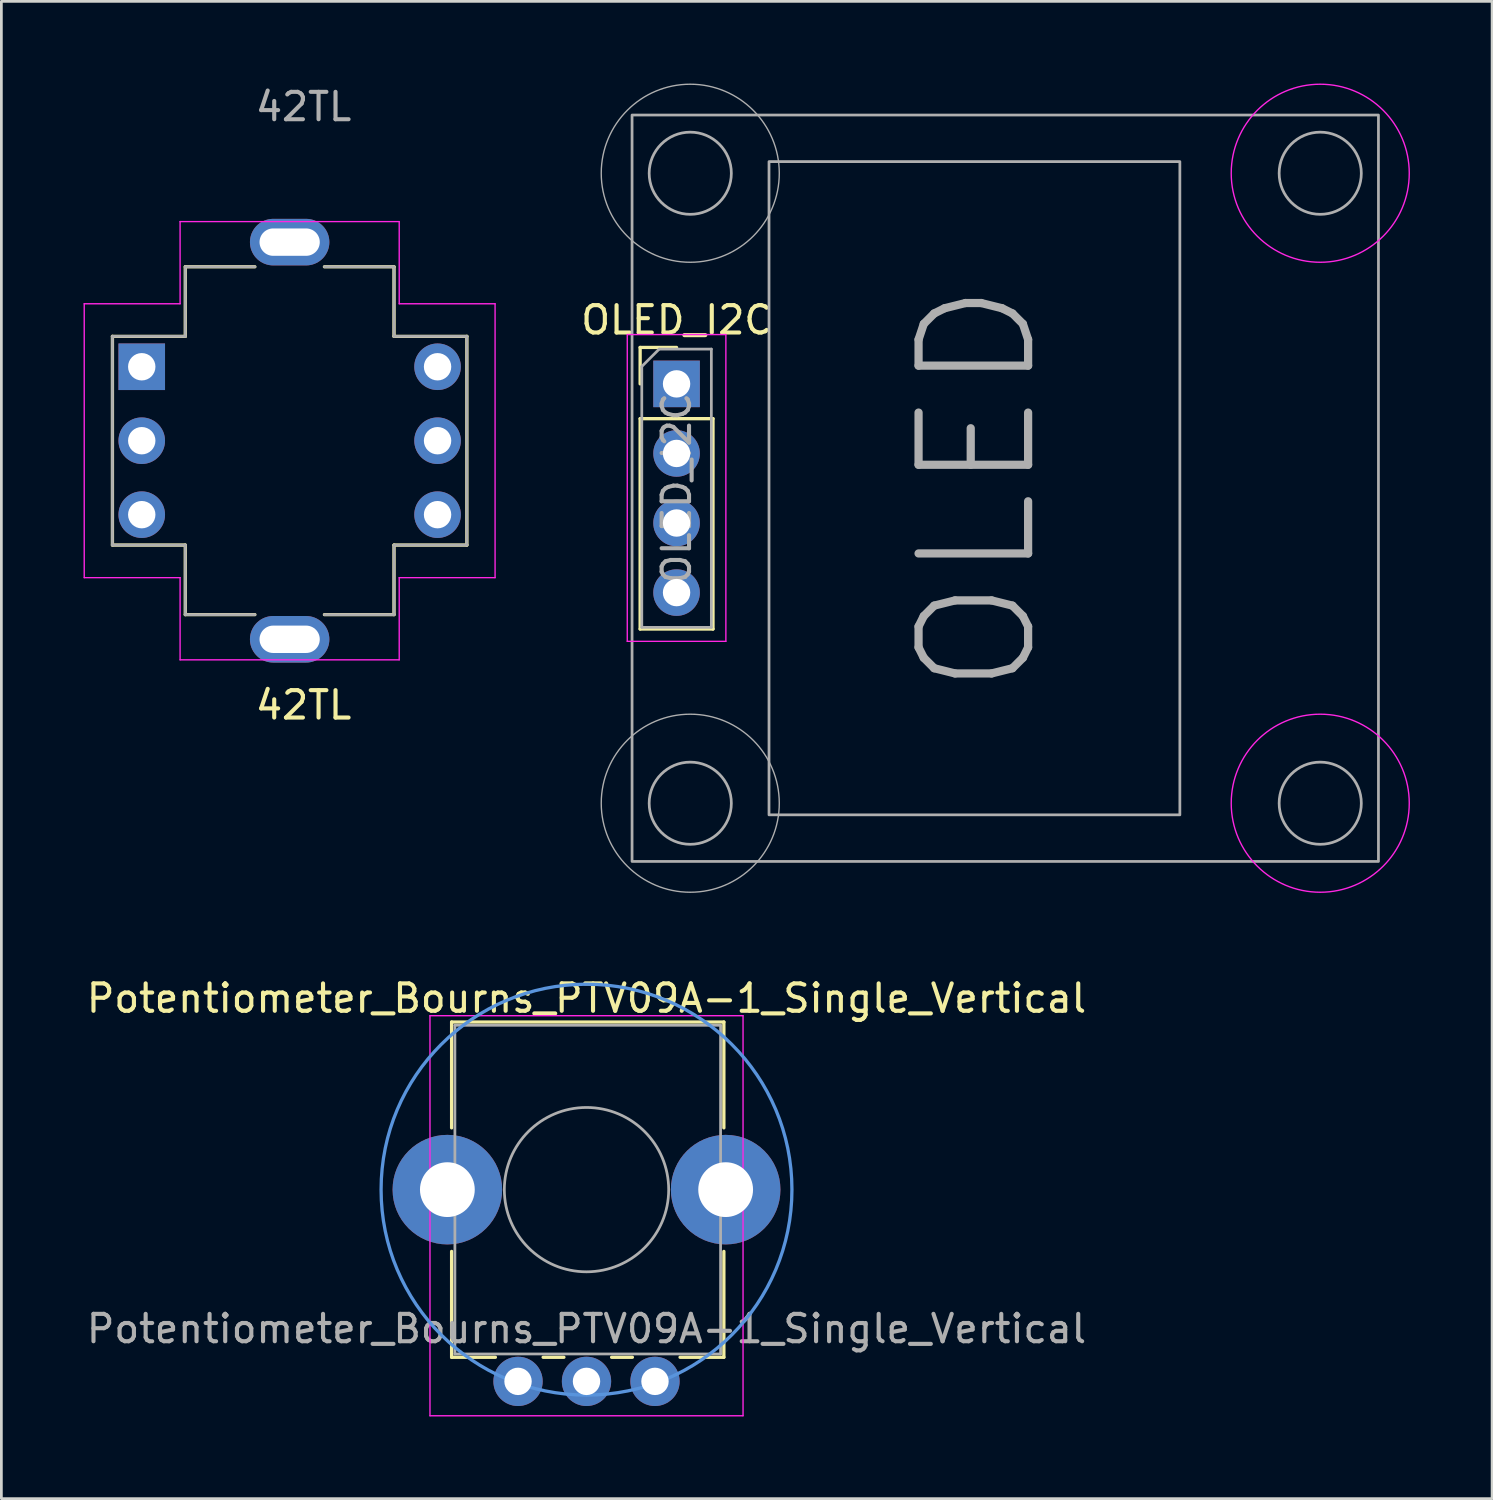
<source format=kicad_pcb>
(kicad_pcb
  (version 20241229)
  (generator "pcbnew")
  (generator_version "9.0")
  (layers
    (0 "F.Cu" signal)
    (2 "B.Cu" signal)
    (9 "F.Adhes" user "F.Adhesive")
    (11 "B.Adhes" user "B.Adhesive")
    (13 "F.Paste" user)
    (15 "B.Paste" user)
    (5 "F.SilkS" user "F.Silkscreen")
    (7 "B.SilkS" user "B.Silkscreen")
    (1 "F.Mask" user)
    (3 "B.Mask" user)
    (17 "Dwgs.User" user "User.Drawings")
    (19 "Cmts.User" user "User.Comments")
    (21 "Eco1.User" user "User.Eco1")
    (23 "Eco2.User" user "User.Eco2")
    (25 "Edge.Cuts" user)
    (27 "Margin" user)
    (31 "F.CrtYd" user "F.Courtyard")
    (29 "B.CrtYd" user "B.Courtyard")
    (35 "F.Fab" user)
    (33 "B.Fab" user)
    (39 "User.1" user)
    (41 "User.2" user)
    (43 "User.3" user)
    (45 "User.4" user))
  (footprint "42TL"
    (layer "F.Cu")
    (at 7.525 13.04)
    (property "Reference" "42TL" (at 0.508 9.652 0) (unlocked yes) (layer "F.SilkS") (effects (font (size 1 1) (thickness 0.15))))
    (attr through_hole)
    (fp_line (start -6.47 -3.81) (end -6.47 3.81) (stroke (width 0.12) (type solid)) (layer "F.SilkS"))
    (fp_line (start -6.47 -3.81) (end -3.81 -3.81) (stroke (width 0.12) (type solid)) (layer "F.SilkS"))
    (fp_line (start -6.47 3.81) (end -3.81 3.81) (stroke (width 0.12) (type solid)) (layer "F.SilkS"))
    (fp_line (start -3.81 -6.35) (end -1.27 -6.35) (stroke (width 0.12) (type solid)) (layer "F.SilkS"))
    (fp_line (start -3.81 -3.81) (end -3.81 -6.35) (stroke (width 0.12) (type solid)) (layer "F.SilkS"))
    (fp_line (start -3.81 3.81) (end -3.81 6.35) (stroke (width 0.12) (type solid)) (layer "F.SilkS"))
    (fp_line (start -3.81 6.35) (end -1.27 6.35) (stroke (width 0.12) (type solid)) (layer "F.SilkS"))
    (fp_line (start 1.27 -6.35) (end 3.81 -6.35) (stroke (width 0.12) (type solid)) (layer "F.SilkS"))
    (fp_line (start 3.81 -6.35) (end 3.81 -3.81) (stroke (width 0.12) (type solid)) (layer "F.SilkS"))
    (fp_line (start 3.81 -3.81) (end 6.47 -3.81) (stroke (width 0.12) (type solid)) (layer "F.SilkS"))
    (fp_line (start 3.81 3.81) (end 3.81 6.35) (stroke (width 0.12) (type solid)) (layer "F.SilkS"))
    (fp_line (start 3.81 6.35) (end 1.27 6.35) (stroke (width 0.12) (type solid)) (layer "F.SilkS"))
    (fp_line (start 6.47 -3.81) (end 6.47 3.81) (stroke (width 0.12) (type solid)) (layer "F.SilkS"))
    (fp_line (start 6.47 3.81) (end 3.81 3.81) (stroke (width 0.12) (type solid)) (layer "F.SilkS"))
    (fp_line (start -7.5 -5) (end -4 -5) (stroke (width 0.05) (type solid)) (layer "F.CrtYd"))
    (fp_line (start -7.5 5) (end -7.5 -5) (stroke (width 0.05) (type solid)) (layer "F.CrtYd"))
    (fp_line (start -4 -8) (end -4 -5) (stroke (width 0.05) (type solid)) (layer "F.CrtYd"))
    (fp_line (start -4 5) (end -7.5 5) (stroke (width 0.05) (type solid)) (layer "F.CrtYd"))
    (fp_line (start -4 8) (end -4 5) (stroke (width 0.05) (type solid)) (layer "F.CrtYd"))
    (fp_line (start 4 -8) (end -4 -8) (stroke (width 0.05) (type solid)) (layer "F.CrtYd"))
    (fp_line (start 4 -5) (end 4 -8) (stroke (width 0.05) (type solid)) (layer "F.CrtYd"))
    (fp_line (start 4 5) (end 4 8) (stroke (width 0.05) (type solid)) (layer "F.CrtYd"))
    (fp_line (start 4 8) (end -4 8) (stroke (width 0.05) (type solid)) (layer "F.CrtYd"))
    (fp_line (start 7.5 -5) (end 4 -5) (stroke (width 0.05) (type solid)) (layer "F.CrtYd"))
    (fp_line (start 7.5 -5) (end 7.5 5) (stroke (width 0.05) (type solid)) (layer "F.CrtYd"))
    (fp_line (start 7.5 5) (end 4 5) (stroke (width 0.05) (type solid)) (layer "F.CrtYd"))
    (fp_line (start -6.47 -3.81) (end -6.47 3.81) (stroke (width 0.1) (type solid)) (layer "F.Fab"))
    (fp_line (start -6.47 3.81) (end -3.81 3.81) (stroke (width 0.1) (type solid)) (layer "F.Fab"))
    (fp_line (start -3.81 -6.35) (end -3.81 -3.81) (stroke (width 0.1) (type solid)) (layer "F.Fab"))
    (fp_line (start -3.81 -3.81) (end -6.47 -3.81) (stroke (width 0.1) (type solid)) (layer "F.Fab"))
    (fp_line (start -3.81 3.81) (end -3.81 6.35) (stroke (width 0.1) (type solid)) (layer "F.Fab"))
    (fp_line (start -3.81 6.35) (end -1.27 6.35) (stroke (width 0.1) (type solid)) (layer "F.Fab"))
    (fp_line (start -1.27 -6.35) (end -3.81 -6.35) (stroke (width 0.1) (type solid)) (layer "F.Fab"))
    (fp_line (start 1.27 6.35) (end 3.81 6.35) (stroke (width 0.1) (type solid)) (layer "F.Fab"))
    (fp_line (start 3.81 -6.35) (end 1.27 -6.35) (stroke (width 0.1) (type solid)) (layer "F.Fab"))
    (fp_line (start 3.81 -3.81) (end 3.81 -6.35) (stroke (width 0.1) (type solid)) (layer "F.Fab"))
    (fp_line (start 3.81 3.81) (end 6.47 3.81) (stroke (width 0.1) (type solid)) (layer "F.Fab"))
    (fp_line (start 3.81 6.35) (end 3.81 3.81) (stroke (width 0.1) (type solid)) (layer "F.Fab"))
    (fp_line (start 6.47 -3.81) (end 3.81 -3.81) (stroke (width 0.1) (type solid)) (layer "F.Fab"))
    (fp_line (start 6.47 3.81) (end 6.47 -3.81) (stroke (width 0.1) (type solid)) (layer "F.Fab"))
    (fp_text user "${REFERENCE}" (at 0.508 -12.192 0) (unlocked yes) (layer "F.Fab") (effects (font (size 1 1) (thickness 0.15))))
    (pad "" thru_hole oval (at 0 -7.25) (size 2.9 1.7) (drill oval 2.2 1) (layers "*.Cu" "*.Mask"))
    (pad "" thru_hole oval (at 0 7.25) (size 2.9 1.7) (drill oval 2.2 1) (layers "*.Cu" "*.Mask"))
    (pad "1" thru_hole rect (at -5.4 -2.7) (size 1.7 1.7) (drill 1) (layers "*.Cu" "*.Mask"))
    (pad "2" thru_hole circle (at -5.4 0) (size 1.7 1.7) (drill 1) (layers "*.Cu" "*.Mask"))
    (pad "3" thru_hole circle (at -5.4 2.7) (size 1.7 1.7) (drill 1) (layers "*.Cu" "*.Mask"))
    (pad "4" thru_hole circle (at 5.4 2.7) (size 1.7 1.7) (drill 1) (layers "*.Cu" "*.Mask"))
    (pad "5" thru_hole circle (at 5.4 0) (size 1.7 1.7) (drill 1) (layers "*.Cu" "*.Mask"))
    (pad "6" thru_hole circle (at 5.4 -2.7) (size 1.7 1.7) (drill 1) (layers "*.Cu" "*.Mask")))
  (footprint "Potentiometer_Bourns_PTV09A-1_Single_Vertical"
    (layer "F.Cu")
    (at 18.363 40.383)
    (property "Reference" "Potentiometer_Bourns_PTV09A-1_Single_Vertical" (at 0 -6.985 0) (layer "F.SilkS") (effects (font (size 1 1) (thickness 0.15))))
    (attr through_hole)
    (fp_line (start -4.925 -6.12) (end 5.015 -6.12) (stroke (width 0.12) (type solid)) (layer "F.SilkS"))
    (fp_line (start -4.925 -2.255) (end -4.925 -6.12) (stroke (width 0.12) (type solid)) (layer "F.SilkS"))
    (fp_line (start -4.925 6.12) (end -4.925 2.255) (stroke (width 0.12) (type solid)) (layer "F.SilkS"))
    (fp_line (start -4.925 6.12) (end -3.326 6.12) (stroke (width 0.12) (type solid)) (layer "F.SilkS"))
    (fp_line (start -1.584 6.12) (end -0.825 6.12) (stroke (width 0.12) (type solid)) (layer "F.SilkS"))
    (fp_line (start 0.916 6.12) (end 1.675 6.12) (stroke (width 0.12) (type solid)) (layer "F.SilkS"))
    (fp_line (start 3.415 6.12) (end 5.015 6.12) (stroke (width 0.12) (type solid)) (layer "F.SilkS"))
    (fp_line (start 5.015 -2.255) (end 5.015 -6.12) (stroke (width 0.12) (type solid)) (layer "F.SilkS"))
    (fp_line (start 5.015 6.12) (end 5.015 2.255) (stroke (width 0.12) (type solid)) (layer "F.SilkS"))
    (fp_circle (center 0 0) (end 0 -7.5) (stroke (width 0.12) (type solid)) (fill no) (layer "Cmts.User"))
    (fp_line (start -5.715 -6.35) (end -5.715 8.255) (stroke (width 0.05) (type solid)) (layer "F.CrtYd"))
    (fp_line (start -5.715 8.255) (end 5.715 8.255) (stroke (width 0.05) (type solid)) (layer "F.CrtYd"))
    (fp_line (start 5.715 -6.35) (end -5.715 -6.35) (stroke (width 0.05) (type solid)) (layer "F.CrtYd"))
    (fp_line (start 5.715 8.255) (end 5.715 -6.35) (stroke (width 0.05) (type solid)) (layer "F.CrtYd"))
    (fp_line (start -4.805 -6) (end -4.805 6) (stroke (width 0.1) (type solid)) (layer "F.Fab"))
    (fp_line (start -4.805 6) (end 4.895 6) (stroke (width 0.1) (type solid)) (layer "F.Fab"))
    (fp_line (start 4.895 -6) (end -4.805 -6) (stroke (width 0.1) (type solid)) (layer "F.Fab"))
    (fp_line (start 4.895 6) (end 4.895 -6) (stroke (width 0.1) (type solid)) (layer "F.Fab"))
    (fp_circle (center 0 0) (end 0 -3) (stroke (width 0.1) (type solid)) (fill no) (layer "F.Fab"))
    (fp_text user "${REFERENCE}" (at 0 5.08 180) (layer "F.Fab") (effects (font (size 1 1) (thickness 0.15))))
    (pad "" np_thru_hole circle (at -5.08 0 90) (size 4 4) (drill 2) (layers "*.Cu" "*.Mask"))
    (pad "" np_thru_hole circle (at 5.08 0 90) (size 4 4) (drill 2) (layers "*.Cu" "*.Mask"))
    (pad "1" thru_hole circle (at 2.5 7 90) (size 1.8 1.8) (drill 1) (layers "*.Cu" "*.Mask"))
    (pad "2" thru_hole circle (at 0 7 90) (size 1.8 1.8) (drill 1) (layers "*.Cu" "*.Mask"))
    (pad "3" thru_hole circle (at -2.5 7 90) (size 1.8 1.8) (drill 1) (layers "*.Cu" "*.Mask")))
  (footprint "OLED_I2C"
    (layer "F.Cu")
    (at 21.651 10.965)
    (property "Reference" "OLED_I2C" (at 0 -2.33 0) (layer "F.SilkS") (effects (font (size 1 1) (thickness 0.15))))
    (attr through_hole)
    (fp_line (start -1.33 -1.33) (end 0 -1.33) (stroke (width 0.12) (type solid)) (layer "F.SilkS"))
    (fp_line (start -1.33 0) (end -1.33 -1.33) (stroke (width 0.12) (type solid)) (layer "F.SilkS"))
    (fp_line (start -1.33 1.27) (end -1.33 8.95) (stroke (width 0.12) (type solid)) (layer "F.SilkS"))
    (fp_line (start -1.33 1.27) (end 1.33 1.27) (stroke (width 0.12) (type solid)) (layer "F.SilkS"))
    (fp_line (start -1.33 8.95) (end 1.33 8.95) (stroke (width 0.12) (type solid)) (layer "F.SilkS"))
    (fp_line (start 1.33 1.27) (end 1.33 8.95) (stroke (width 0.12) (type solid)) (layer "F.SilkS"))
    (fp_line (start -1.8 -1.8) (end -1.8 9.4) (stroke (width 0.05) (type solid)) (layer "F.CrtYd"))
    (fp_line (start -1.8 9.4) (end 1.8 9.4) (stroke (width 0.05) (type solid)) (layer "F.CrtYd"))
    (fp_line (start 1.8 -1.8) (end -1.8 -1.8) (stroke (width 0.05) (type solid)) (layer "F.CrtYd"))
    (fp_line (start 1.8 9.4) (end 1.8 -1.8) (stroke (width 0.05) (type solid)) (layer "F.CrtYd"))
    (fp_circle (center 23.5 -7.69) (end 26.75 -7.69) (stroke (width 0.05) (type solid)) (fill no) (layer "F.CrtYd"))
    (fp_circle (center 23.5 15.31) (end 26.75 15.31) (stroke (width 0.05) (type solid)) (fill no) (layer "F.CrtYd"))
    (fp_line (start -1.27 -0.635) (end -0.635 -1.27) (stroke (width 0.1) (type solid)) (layer "F.Fab"))
    (fp_line (start -1.27 8.89) (end -1.27 -0.635) (stroke (width 0.1) (type solid)) (layer "F.Fab"))
    (fp_line (start -0.635 -1.27) (end 1.27 -1.27) (stroke (width 0.1) (type solid)) (layer "F.Fab"))
    (fp_line (start 1.27 -1.27) (end 1.27 8.89) (stroke (width 0.1) (type solid)) (layer "F.Fab"))
    (fp_line (start 1.27 8.89) (end -1.27 8.89) (stroke (width 0.1) (type solid)) (layer "F.Fab"))
    (fp_rect (start -1.625 -9.815) (end 25.625 17.435) (stroke (width 0.1) (type solid)) (fill no) (layer "F.Fab"))
    (fp_rect (start 3.375 -8.115) (end 18.375 15.735) (stroke (width 0.1) (type solid)) (fill no) (layer "F.Fab"))
    (fp_circle (center 0.5 -7.69) (end 2 -7.69) (stroke (width 0.1) (type solid)) (fill no) (layer "F.Fab"))
    (fp_circle (center 0.5 -7.69) (end 3.75 -7.69) (stroke (width 0.05) (type solid)) (fill no) (layer "F.Fab"))
    (fp_circle (center 0.5 15.31) (end 2 15.31) (stroke (width 0.1) (type solid)) (fill no) (layer "F.Fab"))
    (fp_circle (center 0.5 15.31) (end 3.75 15.31) (stroke (width 0.05) (type solid)) (fill no) (layer "F.Fab"))
    (fp_circle (center 23.5 -7.69) (end 25 -7.69) (stroke (width 0.1) (type solid)) (fill no) (layer "F.Fab"))
    (fp_circle (center 23.5 15.31) (end 25 15.31) (stroke (width 0.1) (type solid)) (fill no) (layer "F.Fab"))
    (fp_text user "${REFERENCE}" (at 0 3.81 90) (layer "F.Fab") (effects (font (size 1 1) (thickness 0.15))))
    (fp_text user "OLED" (at 11 3.81 90) (unlocked yes) (layer "F.Fab") (effects (font (size 4 4) (thickness 0.3))))
    (pad "1" thru_hole rect (at 0 0) (size 1.7 1.7) (drill 1) (layers "*.Cu" "*.Mask"))
    (pad "2" thru_hole oval (at 0 2.54) (size 1.7 1.7) (drill 1) (layers "*.Cu" "*.Mask"))
    (pad "3" thru_hole oval (at 0 5.08) (size 1.7 1.7) (drill 1) (layers "*.Cu" "*.Mask"))
    (pad "4" thru_hole oval (at 0 7.62) (size 1.7 1.7) (drill 1) (layers "*.Cu" "*.Mask")))
  (gr_rect
    (start -3 -3)
    (end 51.426 51.663)
    (stroke (width 0.1) (type default))
    (fill no)
    (layer "Edge.Cuts")))
</source>
